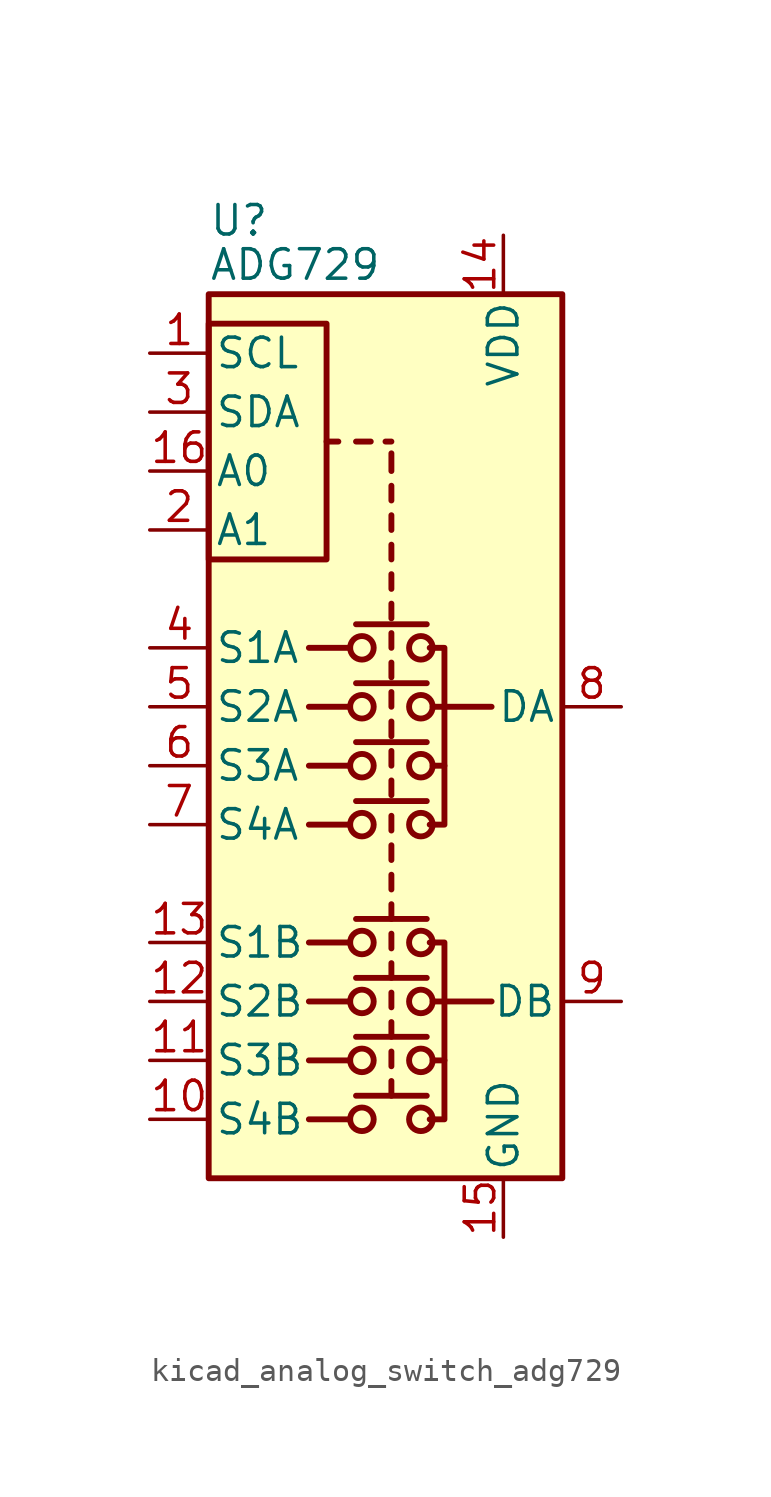
<source format=kicad_sym>
(kicad_symbol_lib
  (version 20220914)
  (generator kicad_symbol_editor)
  (symbol "kicad_analog_switch_adg729"
    (pin_names
      (offset 0.254))
    (property "Reference" "U"
      (at -7.62 20.955 0)
      (effects (font (size 1.27 1.27)) (justify left)))
    (property "Value" "ADG729"
      (at -7.62 19.05 0)
      (effects (font (size 1.27 1.27)) (justify left)))
    (symbol "kicad_analog_switch_adg729_0_1"
      (rectangle (start -7.62 6.35) (end -2.54 16.51) (stroke (width 0.254) (type default)) (fill (type none)))
      (rectangle (start -7.62 17.78) (end 7.62 -20.32) (stroke (width 0.254) (type default)) (fill (type background)))
      (circle (center -1.016 -17.78) (radius 0.508) (stroke (width 0.254) (type default)) (fill (type none)))
      (circle (center -1.016 -15.24) (radius 0.508) (stroke (width 0.254) (type default)) (fill (type none)))
      (circle (center -1.016 -12.7) (radius 0.508) (stroke (width 0.254) (type default)) (fill (type none)))
      (circle (center -1.016 -10.16) (radius 0.508) (stroke (width 0.254) (type default)) (fill (type none)))
      (circle (center -1.016 -5.08) (radius 0.508) (stroke (width 0.254) (type default)) (fill (type none)))
      (circle (center -1.016 -2.54) (radius 0.508) (stroke (width 0.254) (type default)) (fill (type none)))
      (circle (center -1.016 0) (radius 0.508) (stroke (width 0.254) (type default)) (fill (type none)))
      (circle (center -1.016 2.54) (radius 0.508) (stroke (width 0.254) (type default)) (fill (type none)))
      (polyline (pts (xy -2.032 11.43) (xy -2.54 11.43)) (stroke (width 0.254) (type default)) (fill (type none)))
      (polyline (pts (xy -1.524 -17.78) (xy -3.302 -17.78)) (stroke (width 0.254) (type default)) (fill (type none)))
      (polyline (pts (xy -1.524 -15.24) (xy -3.302 -15.24)) (stroke (width 0.254) (type default)) (fill (type none)))
      (polyline (pts (xy -1.524 -12.7) (xy -3.302 -12.7)) (stroke (width 0.254) (type default)) (fill (type none)))
      (polyline (pts (xy -1.524 -10.16) (xy -3.302 -10.16)) (stroke (width 0.254) (type default)) (fill (type none)))
      (polyline (pts (xy -1.524 -5.08) (xy -3.302 -5.08)) (stroke (width 0.254) (type default)) (fill (type none)))
      (polyline (pts (xy -1.524 -2.54) (xy -3.302 -2.54)) (stroke (width 0.254) (type default)) (fill (type none)))
      (polyline (pts (xy -1.524 0) (xy -3.302 0)) (stroke (width 0.254) (type default)) (fill (type none)))
      (polyline (pts (xy -1.524 2.54) (xy -3.302 2.54)) (stroke (width 0.254) (type default)) (fill (type none)))
      (polyline (pts (xy -1.27 -16.764) (xy 1.778 -16.764)) (stroke (width 0.254) (type default)) (fill (type none)))
      (polyline (pts (xy -1.27 -14.224) (xy 1.778 -14.224)) (stroke (width 0.254) (type default)) (fill (type none)))
      (polyline (pts (xy -1.27 -11.684) (xy 1.778 -11.684)) (stroke (width 0.254) (type default)) (fill (type none)))
      (polyline (pts (xy -1.27 -9.144) (xy 1.778 -9.144)) (stroke (width 0.254) (type default)) (fill (type none)))
      (polyline (pts (xy -1.27 -4.064) (xy 1.778 -4.064)) (stroke (width 0.254) (type default)) (fill (type none)))
      (polyline (pts (xy -1.27 -1.524) (xy 1.778 -1.524)) (stroke (width 0.254) (type default)) (fill (type none)))
      (polyline (pts (xy -1.27 1.016) (xy 1.778 1.016)) (stroke (width 0.254) (type default)) (fill (type none)))
      (polyline (pts (xy -1.27 3.556) (xy 1.778 3.556)) (stroke (width 0.254) (type default)) (fill (type none)))
      (polyline (pts (xy -1.27 11.43) (xy -0.635 11.43)) (stroke (width 0.254) (type default)) (fill (type none)))
      (polyline (pts (xy 0.254 -16.764) (xy 0.254 -16.129)) (stroke (width 0.254) (type default)) (fill (type none)))
      (polyline (pts (xy 0.254 -15.494) (xy 0.254 -14.859)) (stroke (width 0.254) (type default)) (fill (type none)))
      (polyline (pts (xy 0.254 -14.224) (xy 0.254 -13.589)) (stroke (width 0.254) (type default)) (fill (type none)))
      (polyline (pts (xy 0.254 -12.954) (xy 0.254 -12.319)) (stroke (width 0.254) (type default)) (fill (type none)))
      (polyline (pts (xy 0.254 -11.684) (xy 0.254 -11.049)) (stroke (width 0.254) (type default)) (fill (type none)))
      (polyline (pts (xy 0.254 -10.414) (xy 0.254 -9.779)) (stroke (width 0.254) (type default)) (fill (type none)))
      (polyline (pts (xy 0.254 -9.144) (xy 0.254 -8.509)) (stroke (width 0.254) (type default)) (fill (type none)))
      (polyline (pts (xy 0.254 -7.874) (xy 0.254 -7.239)) (stroke (width 0.254) (type default)) (fill (type none)))
      (polyline (pts (xy 0.254 -6.604) (xy 0.254 -5.969)) (stroke (width 0.254) (type default)) (fill (type none)))
      (polyline (pts (xy 0.254 -5.334) (xy 0.254 -4.699)) (stroke (width 0.254) (type default)) (fill (type none)))
      (polyline (pts (xy 0.254 -3.81) (xy 0.254 -3.175)) (stroke (width 0.254) (type default)) (fill (type none)))
      (polyline (pts (xy 0.254 -2.54) (xy 0.254 -1.905)) (stroke (width 0.254) (type default)) (fill (type none)))
      (polyline (pts (xy 0.254 -1.27) (xy 0.254 -0.635)) (stroke (width 0.254) (type default)) (fill (type none)))
      (polyline (pts (xy 0.254 0) (xy 0.254 0.635)) (stroke (width 0.254) (type default)) (fill (type none)))
      (polyline (pts (xy 0.254 1.27) (xy 0.254 1.905)) (stroke (width 0.254) (type default)) (fill (type none)))
      (polyline (pts (xy 0.254 2.54) (xy 0.254 3.175)) (stroke (width 0.254) (type default)) (fill (type none)))
      (polyline (pts (xy 0.254 3.81) (xy 0.254 4.445)) (stroke (width 0.254) (type default)) (fill (type none)))
      (polyline (pts (xy 0.254 5.08) (xy 0.254 5.715)) (stroke (width 0.254) (type default)) (fill (type none)))
      (polyline (pts (xy 0.254 6.35) (xy 0.254 6.985)) (stroke (width 0.254) (type default)) (fill (type none)))
      (polyline (pts (xy 0.254 7.62) (xy 0.254 8.255)) (stroke (width 0.254) (type default)) (fill (type none)))
      (polyline (pts (xy 0.254 8.89) (xy 0.254 9.525)) (stroke (width 0.254) (type default)) (fill (type none)))
      (polyline (pts (xy 0.254 10.16) (xy 0.254 10.922)) (stroke (width 0.254) (type default)) (fill (type none)))
      (polyline (pts (xy 0.254 11.43) (xy 0 11.43)) (stroke (width 0.254) (type default)) (fill (type none)))
      (polyline (pts (xy 2.032 -15.24) (xy 2.54 -15.24)) (stroke (width 0.254) (type default)) (fill (type none)))
      (polyline (pts (xy 2.032 -12.7) (xy 2.54 -12.7)) (stroke (width 0.254) (type default)) (fill (type none)))
      (polyline (pts (xy 2.032 -2.54) (xy 2.54 -2.54)) (stroke (width 0.254) (type default)) (fill (type none)))
      (polyline (pts (xy 2.032 0) (xy 2.54 0)) (stroke (width 0.254) (type default)) (fill (type none)))
      (polyline (pts (xy 2.54 0) (xy 4.572 0)) (stroke (width 0.254) (type default)) (fill (type none)))
      (polyline (pts (xy 4.572 -12.7) (xy 2.54 -12.7)) (stroke (width 0.254) (type default)) (fill (type none)))
      (polyline (pts (xy 1.905 -10.16) (xy 2.54 -10.16) (xy 2.54 -17.78) (xy 1.905 -17.78)) (stroke (width 0.254) (type default)) (fill (type none)))
      (polyline (pts (xy 1.905 -5.08) (xy 2.54 -5.08) (xy 2.54 2.54) (xy 1.905 2.54)) (stroke (width 0.254) (type default)) (fill (type none)))
      (circle (center 1.524 -17.78) (radius 0.508) (stroke (width 0.254) (type default)) (fill (type none)))
      (circle (center 1.524 -15.24) (radius 0.508) (stroke (width 0.254) (type default)) (fill (type none)))
      (circle (center 1.524 -12.7) (radius 0.508) (stroke (width 0.254) (type default)) (fill (type none)))
      (circle (center 1.524 -10.16) (radius 0.508) (stroke (width 0.254) (type default)) (fill (type none)))
      (circle (center 1.524 -5.08) (radius 0.508) (stroke (width 0.254) (type default)) (fill (type none)))
      (circle (center 1.524 -2.54) (radius 0.508) (stroke (width 0.254) (type default)) (fill (type none)))
      (circle (center 1.524 0) (radius 0.508) (stroke (width 0.254) (type default)) (fill (type none)))
      (circle (center 1.524 2.54) (radius 0.508) (stroke (width 0.254) (type default)) (fill (type none))))
    (symbol "kicad_analog_switch_adg729_1_1"
      (pin input line (at -10.16 15.24 0) (length 2.54) (name "SCL" (effects (font (size 1.27 1.27)))) (number "1" (effects (font (size 1.27 1.27)))))
      (pin bidirectional line (at -10.16 -17.78 0) (length 2.54) (name "S4B" (effects (font (size 1.27 1.27)))) (number "10" (effects (font (size 1.27 1.27)))))
      (pin bidirectional line (at -10.16 -15.24 0) (length 2.54) (name "S3B" (effects (font (size 1.27 1.27)))) (number "11" (effects (font (size 1.27 1.27)))))
      (pin bidirectional line (at -10.16 -12.7 0) (length 2.54) (name "S2B" (effects (font (size 1.27 1.27)))) (number "12" (effects (font (size 1.27 1.27)))))
      (pin bidirectional line (at -10.16 -10.16 0) (length 2.54) (name "S1B" (effects (font (size 1.27 1.27)))) (number "13" (effects (font (size 1.27 1.27)))))
      (pin power_in line (at 5.08 20.32 270) (length 2.54) (name "VDD" (effects (font (size 1.27 1.27)))) (number "14" (effects (font (size 1.27 1.27)))))
      (pin power_in line (at 5.08 -22.86 90) (length 2.54) (name "GND" (effects (font (size 1.27 1.27)))) (number "15" (effects (font (size 1.27 1.27)))))
      (pin input line (at -10.16 10.16 0) (length 2.54) (name "A0" (effects (font (size 1.27 1.27)))) (number "16" (effects (font (size 1.27 1.27)))))
      (pin input line (at -10.16 7.62 0) (length 2.54) (name "A1" (effects (font (size 1.27 1.27)))) (number "2" (effects (font (size 1.27 1.27)))))
      (pin bidirectional line (at -10.16 12.7 0) (length 2.54) (name "SDA" (effects (font (size 1.27 1.27)))) (number "3" (effects (font (size 1.27 1.27)))))
      (pin bidirectional line (at -10.16 2.54 0) (length 2.54) (name "S1A" (effects (font (size 1.27 1.27)))) (number "4" (effects (font (size 1.27 1.27)))))
      (pin bidirectional line (at -10.16 0 0) (length 2.54) (name "S2A" (effects (font (size 1.27 1.27)))) (number "5" (effects (font (size 1.27 1.27)))))
      (pin bidirectional line (at -10.16 -2.54 0) (length 2.54) (name "S3A" (effects (font (size 1.27 1.27)))) (number "6" (effects (font (size 1.27 1.27)))))
      (pin bidirectional line (at -10.16 -5.08 0) (length 2.54) (name "S4A" (effects (font (size 1.27 1.27)))) (number "7" (effects (font (size 1.27 1.27)))))
      (pin bidirectional line (at 10.16 0 180) (length 2.54) (name "DA" (effects (font (size 1.27 1.27)))) (number "8" (effects (font (size 1.27 1.27)))))
      (pin bidirectional line (at 10.16 -12.7 180) (length 2.54) (name "DB" (effects (font (size 1.27 1.27)))) (number "9" (effects (font (size 1.27 1.27))))))))
</source>
